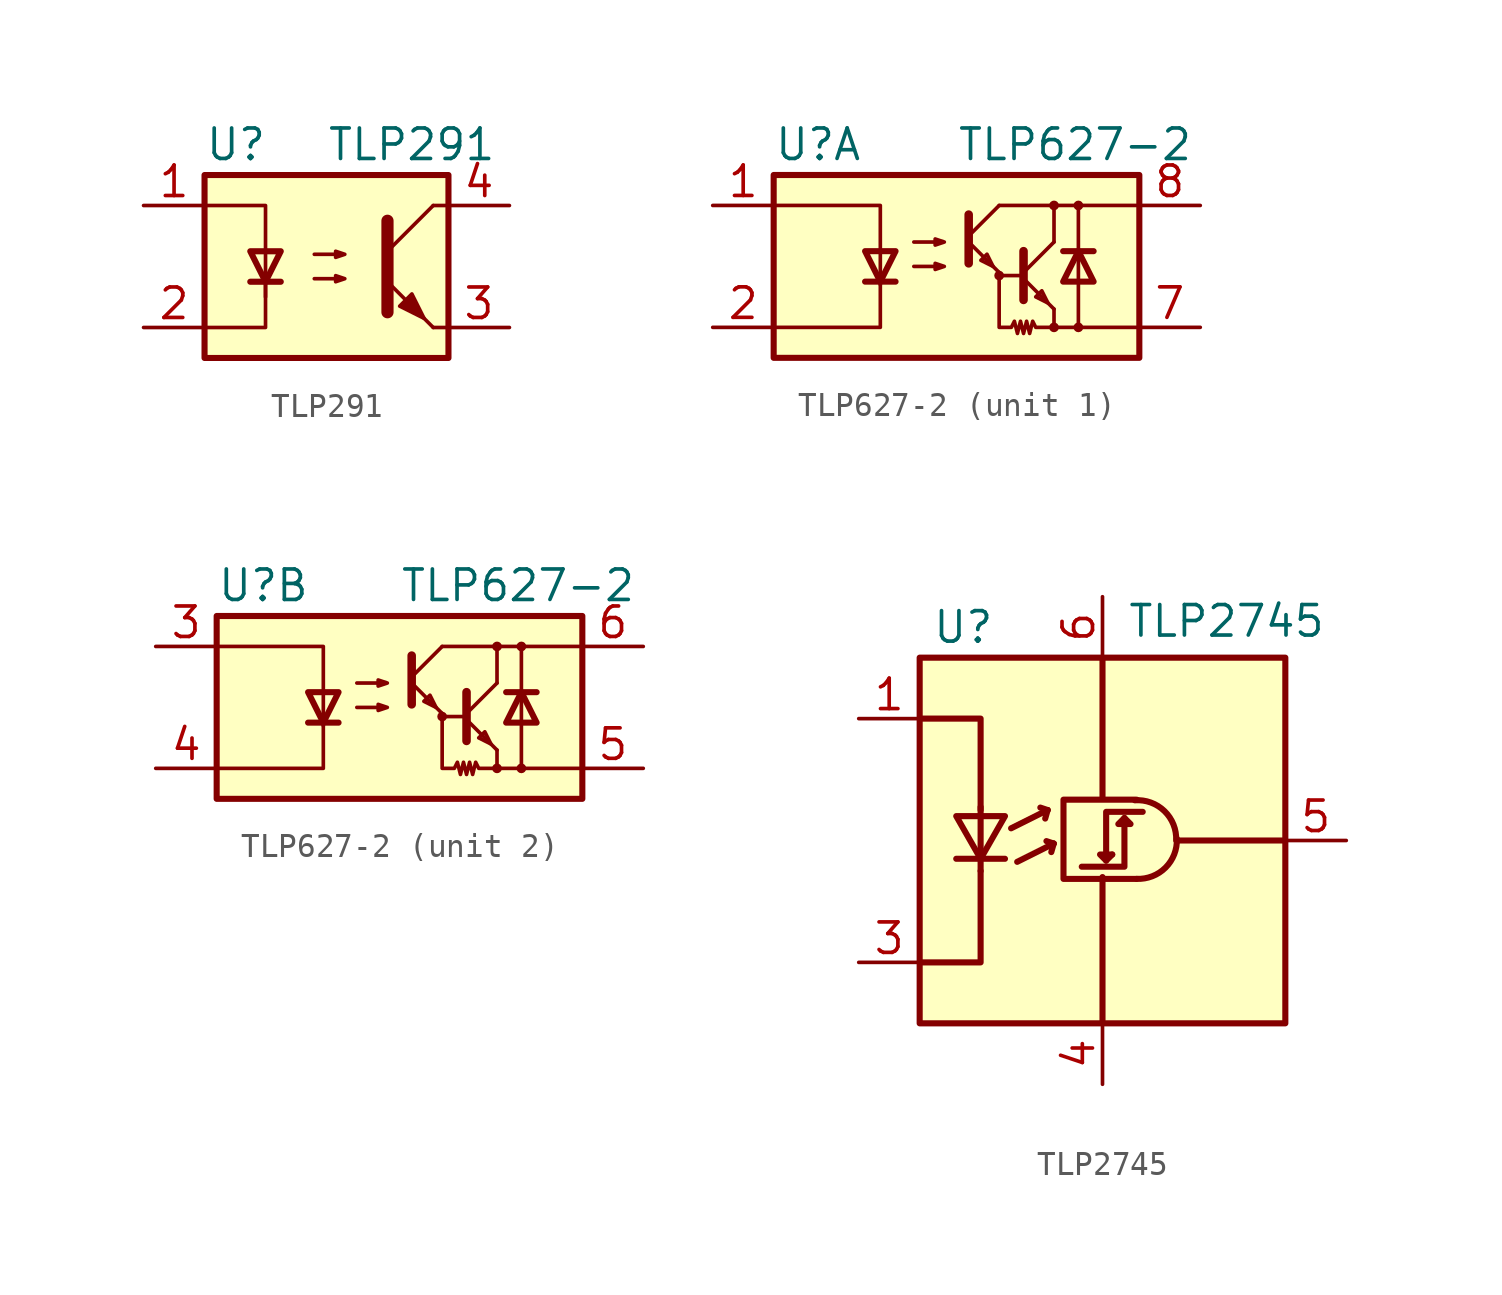
<source format=kicad_sym>
(kicad_symbol_lib
  (version 20201005)
  (generator kicad_symbol_editor)
  (symbol "Isolator_Optocoupler:TLP291"
    (property "Reference" "U"
      (at -5.08 5.08 0)
      (effects (font (size 1.27 1.27)) (justify left)))
    (property "Value" "TLP291"
      (at 0 5.08 0)
      (effects (font (size 1.27 1.27)) (justify left)))
    (symbol "TLP291_0_1"
      (rectangle (start -5.08 3.81) (end 5.08 -3.81) (stroke (width 0.254)) (fill (type background)))
      (polyline (pts (xy -3.175 -0.635) (xy -1.905 -0.635)) (stroke (width 0.254)) (fill (type none)))
      (polyline (pts (xy 2.54 0.635) (xy 4.445 2.54)) (stroke (width 0)) (fill (type none)))
      (polyline (pts (xy 4.445 -2.54) (xy 5.08 -2.54)) (stroke (width 0)) (fill (type none)))
      (polyline (pts (xy 4.445 2.54) (xy 5.08 2.54)) (stroke (width 0)) (fill (type none)))
      (polyline (pts (xy -2.54 -0.635) (xy -2.54 -2.54) (xy -5.08 -2.54)) (stroke (width 0)) (fill (type none)))
      (polyline (pts (xy 2.54 1.905) (xy 2.54 -1.905) (xy 2.54 -1.905)) (stroke (width 0.508)) (fill (type none)))
      (polyline (pts (xy -5.08 2.54) (xy -2.54 2.54) (xy -2.54 -1.27) (xy -2.54 0.635)) (stroke (width 0)) (fill (type none)))
      (polyline (pts (xy -2.54 -0.635) (xy -3.175 0.635) (xy -1.905 0.635) (xy -2.54 -0.635)) (stroke (width 0.254)) (fill (type none)))
      (polyline (pts (xy -0.508 -0.508) (xy 0.762 -0.508) (xy 0.381 -0.635) (xy 0.381 -0.381) (xy 0.762 -0.508)) (stroke (width 0)) (fill (type none)))
      (polyline (pts (xy -0.508 0.508) (xy 0.762 0.508) (xy 0.381 0.381) (xy 0.381 0.635) (xy 0.762 0.508)) (stroke (width 0)) (fill (type none)))
      (polyline (pts (xy 4.445 -2.54) (xy 2.54 -0.635)) (stroke (width 0)) (fill (type outline)))
      (polyline (pts (xy 3.048 -1.651) (xy 3.556 -1.143) (xy 4.064 -2.159) (xy 3.048 -1.651) (xy 3.048 -1.651)) (stroke (width 0)) (fill (type outline))))
    (symbol "TLP291_1_1"
      (pin passive line (at -7.62 2.54 0) (length 2.54) (name "~" (effects (font (size 1.27 1.27)))) (number "1" (effects (font (size 1.27 1.27)))))
      (pin passive line (at -7.62 -2.54 0) (length 2.54) (name "~" (effects (font (size 1.27 1.27)))) (number "2" (effects (font (size 1.27 1.27)))))
      (pin passive line (at 7.62 -2.54 180) (length 2.54) (name "~" (effects (font (size 1.27 1.27)))) (number "3" (effects (font (size 1.27 1.27)))))
      (pin passive line (at 7.62 2.54 180) (length 2.54) (name "~" (effects (font (size 1.27 1.27)))) (number "4" (effects (font (size 1.27 1.27)))))))
  (symbol "Isolator_Optocoupler:TLP627-2"
    (property "Reference" "U"
      (at -7.62 5.08 0)
      (effects (font (size 1.27 1.27)) (justify left)))
    (property "Value" "TLP627-2"
      (at 0 5.08 0)
      (effects (font (size 1.27 1.27)) (justify left)))
    (symbol "TLP627-2_0_1"
      (circle (center 1.778 -0.381) (radius 0.127) (stroke (width 0)) (fill (type none)))
      (circle (center 4.064 -2.54) (radius 0.127) (stroke (width 0)) (fill (type none)))
      (circle (center 4.064 2.54) (radius 0.127) (stroke (width 0)) (fill (type none)))
      (circle (center 5.08 -2.54) (radius 0.127) (stroke (width 0)) (fill (type none)))
      (circle (center 5.08 2.54) (radius 0.127) (stroke (width 0)) (fill (type none)))
      (rectangle (start -7.62 3.81) (end 7.62 -3.81) (stroke (width 0.254)) (fill (type background)))
      (polyline (pts (xy -3.81 -0.635) (xy -2.54 -0.635)) (stroke (width 0.254)) (fill (type none)))
      (polyline (pts (xy 0.508 1.016) (xy 1.778 -0.254)) (stroke (width 0)) (fill (type none)))
      (polyline (pts (xy 0.508 1.27) (xy 1.778 2.54)) (stroke (width 0)) (fill (type none)))
      (polyline (pts (xy 0.508 2.159) (xy 0.508 0.127)) (stroke (width 0.356)) (fill (type none)))
      (polyline (pts (xy 1.778 2.54) (xy 7.62 2.54)) (stroke (width 0)) (fill (type none)))
      (polyline (pts (xy 2.794 -0.508) (xy 4.064 -1.778)) (stroke (width 0)) (fill (type none)))
      (polyline (pts (xy 2.794 -0.381) (xy 1.778 -0.381)) (stroke (width 0)) (fill (type none)))
      (polyline (pts (xy 2.794 -0.254) (xy 4.064 1.016)) (stroke (width 0)) (fill (type none)))
      (polyline (pts (xy 4.064 -2.54) (xy 7.62 -2.54)) (stroke (width 0)) (fill (type none)))
      (polyline (pts (xy 4.064 -1.778) (xy 4.064 -2.54)) (stroke (width 0)) (fill (type none)))
      (polyline (pts (xy 4.064 1.016) (xy 4.064 2.54)) (stroke (width 0)) (fill (type none)))
      (polyline (pts (xy 4.445 0.635) (xy 5.715 0.635)) (stroke (width 0.254)) (fill (type none)))
      (polyline (pts (xy 5.08 0.635) (xy 5.08 -2.54)) (stroke (width 0)) (fill (type none)))
      (polyline (pts (xy 5.08 0.635) (xy 5.08 2.54)) (stroke (width 0)) (fill (type none)))
      (polyline (pts (xy -7.62 2.54) (xy -3.175 2.54) (xy -3.175 -0.762)) (stroke (width 0)) (fill (type none)))
      (polyline (pts (xy -3.175 -0.635) (xy -3.175 -2.54) (xy -7.62 -2.54)) (stroke (width 0)) (fill (type none)))
      (polyline (pts (xy 2.794 0.635) (xy 2.794 -1.397) (xy 2.794 -1.397)) (stroke (width 0.356)) (fill (type none)))
      (polyline (pts (xy -3.175 -0.635) (xy -3.81 0.635) (xy -2.54 0.635) (xy -3.175 -0.635)) (stroke (width 0.254)) (fill (type none)))
      (polyline (pts (xy 1.524 0) (xy 1.27 0.508) (xy 1.016 0.254) (xy 1.524 0)) (stroke (width 0)) (fill (type none)))
      (polyline (pts (xy 3.81 -1.524) (xy 3.556 -1.016) (xy 3.302 -1.27) (xy 3.81 -1.524)) (stroke (width 0)) (fill (type none)))
      (polyline (pts (xy 5.08 0.635) (xy 4.445 -0.635) (xy 5.715 -0.635) (xy 5.08 0.635)) (stroke (width 0.254)) (fill (type none)))
      (polyline (pts (xy -1.778 0) (xy -0.508 0) (xy -0.889 -0.127) (xy -0.889 0.127) (xy -0.508 0)) (stroke (width 0)) (fill (type none)))
      (polyline (pts (xy -1.778 1.016) (xy -0.508 1.016) (xy -0.889 0.889) (xy -0.889 1.143) (xy -0.508 1.016)) (stroke (width 0)) (fill (type none)))
      (polyline (pts (xy 1.778 -0.254) (xy 1.778 -2.54) (xy 2.286 -2.54) (xy 2.413 -2.286) (xy 2.54 -2.794) (xy 2.667 -2.286) (xy 2.794 -2.794) (xy 2.921 -2.286) (xy 3.048 -2.794) (xy 3.175 -2.286) (xy 3.302 -2.54) (xy 4.064 -2.54)) (stroke (width 0)) (fill (type none))))
    (symbol "TLP627-2_1_1"
      (pin passive line (at -10.16 2.54 0) (length 2.54) (name "~" (effects (font (size 1.27 1.27)))) (number "1" (effects (font (size 1.27 1.27)))))
      (pin passive line (at -10.16 -2.54 0) (length 2.54) (name "~" (effects (font (size 1.27 1.27)))) (number "2" (effects (font (size 1.27 1.27)))))
      (pin passive line (at 10.16 -2.54 180) (length 2.54) (name "~" (effects (font (size 1.27 1.27)))) (number "7" (effects (font (size 1.27 1.27)))))
      (pin passive line (at 10.16 2.54 180) (length 2.54) (name "~" (effects (font (size 1.27 1.27)))) (number "8" (effects (font (size 1.27 1.27))))))
    (symbol "TLP627-2_2_1"
      (pin passive line (at -10.16 2.54 0) (length 2.54) (name "~" (effects (font (size 1.27 1.27)))) (number "3" (effects (font (size 1.27 1.27)))))
      (pin passive line (at -10.16 -2.54 0) (length 2.54) (name "~" (effects (font (size 1.27 1.27)))) (number "4" (effects (font (size 1.27 1.27)))))
      (pin passive line (at 10.16 -2.54 180) (length 2.54) (name "~" (effects (font (size 1.27 1.27)))) (number "5" (effects (font (size 1.27 1.27)))))
      (pin passive line (at 10.16 2.54 180) (length 2.54) (name "~" (effects (font (size 1.27 1.27)))) (number "6" (effects (font (size 1.27 1.27)))))))
  (symbol "Isolator_Optocoupler:TLP2745"
    (pin_names hide)
    (property "Reference" "U"
      (at -7.112 8.89 0)
      (effects (font (size 1.27 1.27)) (justify left)))
    (property "Value" "TLP2745"
      (at 1.016 9.144 0)
      (effects (font (size 1.27 1.27)) (justify left)))
    (symbol "TLP2745_0_1"
      (arc (start 1.4224 -1.6002) (end 3.0988 0.0762) (radius (at 1.4478 0.0254) (length 1.6256) (angles -90.9 1.8)) (stroke (width 0.254)) (fill (type none)))
      (arc (start 1.3462 1.6764) (end 3.0734 0) (radius (at 1.4732 0.1016) (length 1.5748) (angles 94.6 -3.6)) (stroke (width 0.254)) (fill (type none)))
      (rectangle (start -7.62 7.62) (end 7.62 -7.62) (stroke (width 0.254)) (fill (type background)))
      (polyline (pts (xy -6.096 -0.762) (xy -4.064 -0.762)) (stroke (width 0.254)) (fill (type none)))
      (polyline (pts (xy -5.08 -0.762) (xy -5.08 -1.27)) (stroke (width 0.254)) (fill (type none)))
      (polyline (pts (xy -5.08 1.016) (xy -5.08 -0.762)) (stroke (width 0.254)) (fill (type none)))
      (polyline (pts (xy -5.08 1.016) (xy -5.08 1.397)) (stroke (width 0.254)) (fill (type none)))
      (polyline (pts (xy -3.81 0.508) (xy -2.286 1.27)) (stroke (width 0.254)) (fill (type none)))
      (polyline (pts (xy -3.556 -0.889) (xy -2.032 -0.127)) (stroke (width 0.254)) (fill (type none)))
      (polyline (pts (xy -2.286 1.27) (xy -2.591 1.372)) (stroke (width 0.254)) (fill (type none)))
      (polyline (pts (xy -2.286 1.27) (xy -2.388 0.914)) (stroke (width 0.254)) (fill (type none)))
      (polyline (pts (xy -2.032 -0.127) (xy -2.337 -0.025)) (stroke (width 0.254)) (fill (type none)))
      (polyline (pts (xy -2.032 -0.127) (xy -2.134 -0.483)) (stroke (width 0.254)) (fill (type none)))
      (polyline (pts (xy 0 -7.62) (xy 0 -1.524)) (stroke (width 0.254)) (fill (type none)))
      (polyline (pts (xy 0 7.595) (xy 0 1.778)) (stroke (width 0.254)) (fill (type none)))
      (polyline (pts (xy 7.595 0) (xy 3.15 0)) (stroke (width 0.254)) (fill (type none)))
      (polyline (pts (xy -7.62 -5.08) (xy -5.08 -5.08) (xy -5.08 -1.27)) (stroke (width 0.254)) (fill (type none)))
      (polyline (pts (xy -5.08 1.27) (xy -5.08 5.08) (xy -7.62 5.08)) (stroke (width 0.254)) (fill (type none)))
      (polyline (pts (xy 0.152 -0.838) (xy -0.102 -0.584) (xy 0.406 -0.584)) (stroke (width 0.254)) (fill (type none)))
      (polyline (pts (xy 0.914 0.94) (xy 0.914 -1.092) (xy -0.864 -1.092)) (stroke (width 0.254)) (fill (type none)))
      (polyline (pts (xy -6.096 1.016) (xy -4.064 1.016) (xy -5.08 -0.762) (xy -6.096 1.016)) (stroke (width 0.254)) (fill (type none)))
      (polyline (pts (xy 0.914 0.94) (xy 0.66 0.686) (xy 1.168 0.686) (xy 0.914 0.94)) (stroke (width 0.254)) (fill (type none)))
      (polyline (pts (xy 1.422 1.702) (xy -1.626 1.702) (xy -1.626 -1.6) (xy 1.422 -1.6)) (stroke (width 0.254)) (fill (type none)))
      (polyline (pts (xy 1.676 1.194) (xy 0.152 1.194) (xy 0.152 -0.838) (xy 0.406 -0.584)) (stroke (width 0.254)) (fill (type none))))
    (symbol "TLP2745_1_1"
      (pin passive line (at -10.16 5.08 0) (length 2.54) (name "A" (effects (font (size 1.27 1.27)))) (number "1" (effects (font (size 1.27 1.27)))))
      (pin no_connect line (at -7.62 0 0) (length 2.54) hide (name "NC" (effects (font (size 1.27 1.27)))) (number "2" (effects (font (size 1.27 1.27)))))
      (pin passive line (at -10.16 -5.08 0) (length 2.54) (name "K" (effects (font (size 1.27 1.27)))) (number "3" (effects (font (size 1.27 1.27)))))
      (pin power_in line (at 0 -10.16 90) (length 2.54) (name "GND" (effects (font (size 1.27 1.27)))) (number "4" (effects (font (size 1.27 1.27)))))
      (pin output line (at 10.16 0 180) (length 2.54) (name "VO" (effects (font (size 1.27 1.27)))) (number "5" (effects (font (size 1.27 1.27)))))
      (pin power_in line (at 0 10.16 270) (length 2.54) (name "VDD" (effects (font (size 1.27 1.27)))) (number "6" (effects (font (size 1.27 1.27))))))))
</source>
